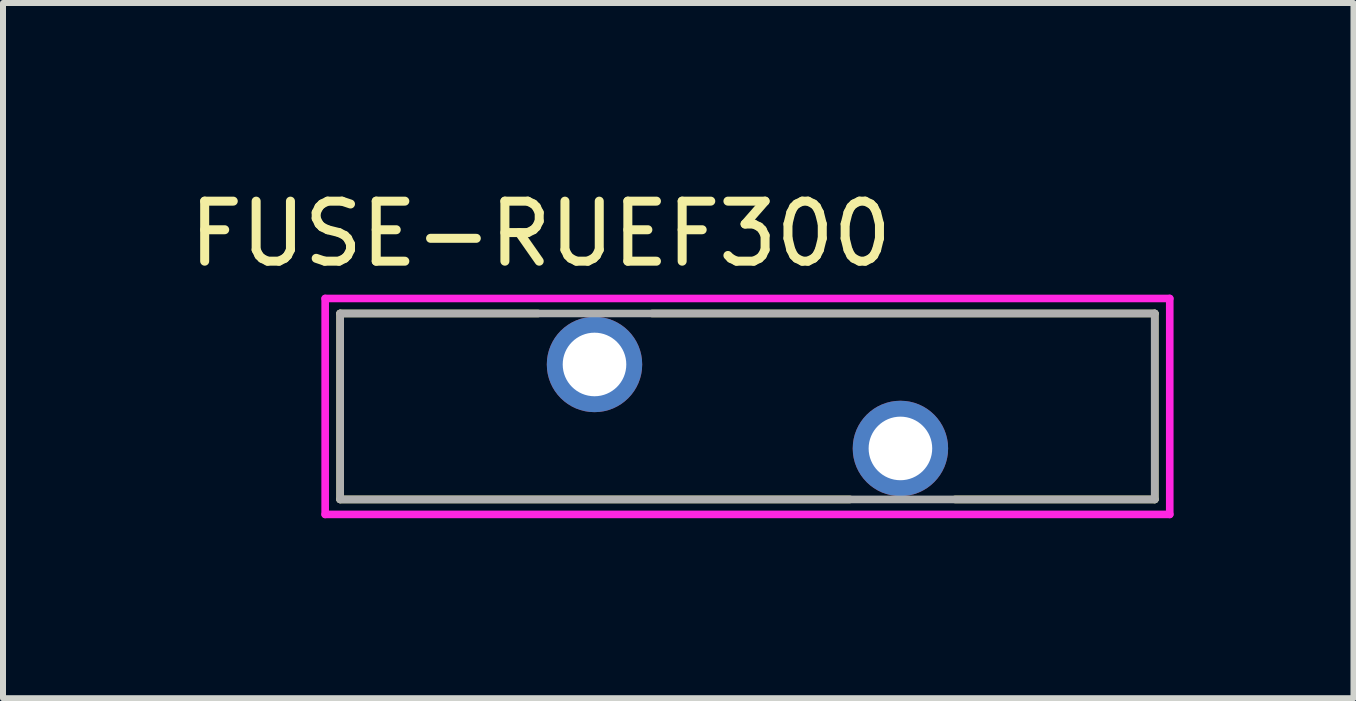
<source format=kicad_pcb>
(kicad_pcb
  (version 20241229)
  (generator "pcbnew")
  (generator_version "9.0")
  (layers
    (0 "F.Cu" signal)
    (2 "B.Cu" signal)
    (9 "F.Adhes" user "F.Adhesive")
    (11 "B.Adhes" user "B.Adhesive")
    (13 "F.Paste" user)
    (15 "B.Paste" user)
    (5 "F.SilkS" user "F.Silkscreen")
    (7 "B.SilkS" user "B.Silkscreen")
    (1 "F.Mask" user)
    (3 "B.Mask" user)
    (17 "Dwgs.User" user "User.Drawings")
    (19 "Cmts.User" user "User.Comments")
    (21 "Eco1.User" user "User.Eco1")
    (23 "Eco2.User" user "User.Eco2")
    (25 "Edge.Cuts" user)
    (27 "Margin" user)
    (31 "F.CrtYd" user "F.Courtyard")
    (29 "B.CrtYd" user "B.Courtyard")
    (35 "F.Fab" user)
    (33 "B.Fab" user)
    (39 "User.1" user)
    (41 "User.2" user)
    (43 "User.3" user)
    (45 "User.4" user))
  (footprint "FUSE-RUEF300"
    (layer "F.Cu")
    (at 9.411 3.726)
    (property "Reference" "FUSE-RUEF300" (at -3.448 -2.877 0) (layer "F.SilkS") (effects (font (size 1.001 1.001) (thickness 0.15))))
    (attr through_hole)
    (fp_line (start -6.79 -1.55) (end -6.79 1.55) (stroke (width 0.127) (type solid)) (layer "F.SilkS"))
    (fp_line (start -6.79 -1.55) (end -3.49 -1.55) (stroke (width 0.127) (type solid)) (layer "F.SilkS"))
    (fp_line (start -6.79 1.55) (end 1.71 1.55) (stroke (width 0.127) (type solid)) (layer "F.SilkS"))
    (fp_line (start -1.59 -1.55) (end 6.79 -1.55) (stroke (width 0.127) (type solid)) (layer "F.SilkS"))
    (fp_line (start 3.46 1.55) (end 6.79 1.55) (stroke (width 0.127) (type solid)) (layer "F.SilkS"))
    (fp_line (start 6.79 -1.55) (end 6.79 1.55) (stroke (width 0.127) (type solid)) (layer "F.SilkS"))
    (fp_line (start -7.04 -1.8) (end 7.04 -1.8) (stroke (width 0.127) (type solid)) (layer "F.CrtYd"))
    (fp_line (start -7.04 1.8) (end -7.04 -1.8) (stroke (width 0.127) (type solid)) (layer "F.CrtYd"))
    (fp_line (start 7.04 -1.8) (end 7.04 1.8) (stroke (width 0.127) (type solid)) (layer "F.CrtYd"))
    (fp_line (start 7.04 1.8) (end -7.04 1.8) (stroke (width 0.127) (type solid)) (layer "F.CrtYd"))
    (fp_line (start -6.79 -1.55) (end -6.79 1.55) (stroke (width 0.127) (type solid)) (layer "F.Fab"))
    (fp_line (start -6.79 1.55) (end 6.79 1.55) (stroke (width 0.127) (type solid)) (layer "F.Fab"))
    (fp_line (start 6.79 -1.55) (end -6.79 -1.55) (stroke (width 0.127) (type solid)) (layer "F.Fab"))
    (fp_line (start 6.79 -1.55) (end 6.79 1.55) (stroke (width 0.127) (type solid)) (layer "F.Fab"))
    (pad "1" thru_hole circle (at -2.55 -0.7) (size 1.59 1.59) (drill 1.06) (layers "*.Cu" "*.Mask"))
    (pad "2" thru_hole circle (at 2.55 0.7) (size 1.59 1.59) (drill 1.06) (layers "*.Cu" "*.Mask")))
  (gr_rect
    (start -3 -3)
    (end 19.514 8.59)
    (stroke (width 0.1) (type default))
    (fill no)
    (layer "Edge.Cuts")))
</source>
